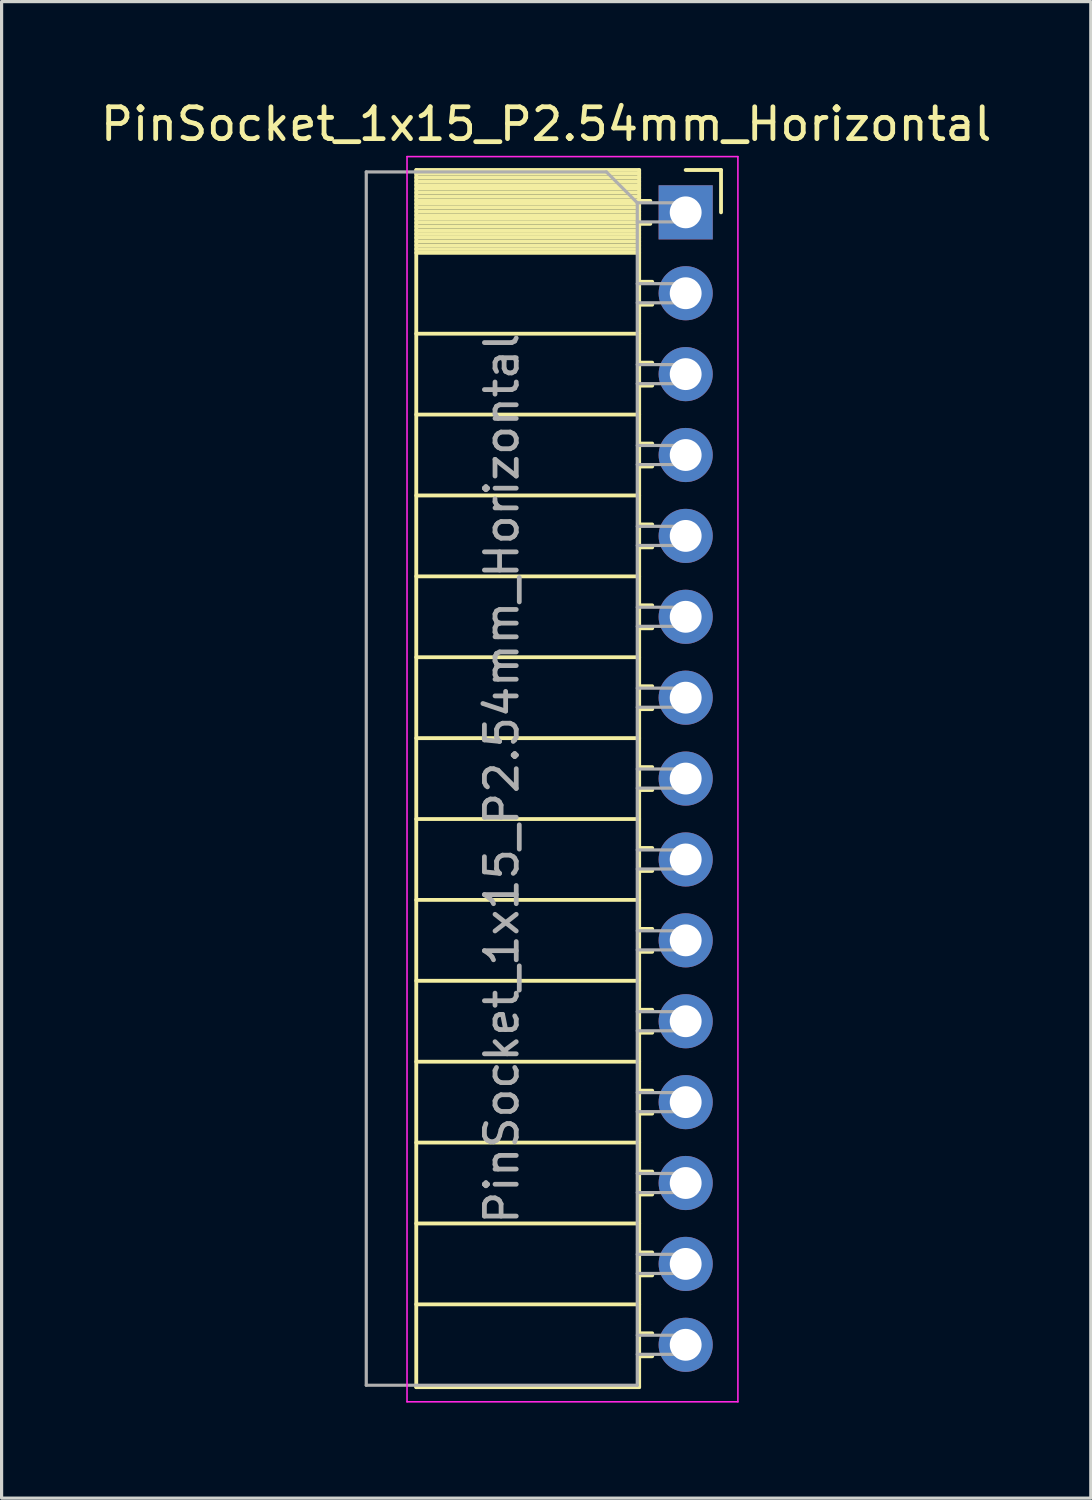
<source format=kicad_pcb>
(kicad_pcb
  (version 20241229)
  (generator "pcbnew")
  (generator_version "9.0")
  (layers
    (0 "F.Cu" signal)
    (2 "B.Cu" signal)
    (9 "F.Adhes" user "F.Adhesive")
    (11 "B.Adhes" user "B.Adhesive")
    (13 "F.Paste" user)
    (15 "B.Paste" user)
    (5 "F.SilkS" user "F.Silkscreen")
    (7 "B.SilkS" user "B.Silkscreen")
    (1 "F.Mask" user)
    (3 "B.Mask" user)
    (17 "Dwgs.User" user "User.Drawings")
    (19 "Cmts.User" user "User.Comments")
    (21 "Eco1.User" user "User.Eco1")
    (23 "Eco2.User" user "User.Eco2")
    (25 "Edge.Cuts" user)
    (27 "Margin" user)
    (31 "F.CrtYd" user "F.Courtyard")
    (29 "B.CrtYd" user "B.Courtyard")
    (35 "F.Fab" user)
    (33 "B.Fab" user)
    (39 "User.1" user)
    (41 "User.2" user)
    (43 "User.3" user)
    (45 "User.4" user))
  (footprint "PinSocket_1x15_P2.54mm_Horizontal"
    (layer "F.Cu")
    (at 18.481 3.618)
    (property "Reference" "PinSocket_1x15_P2.54mm_Horizontal" (at -4.38 -2.77 0) (layer "F.SilkS") (effects (font (size 1 1) (thickness 0.15))))
    (attr through_hole)
    (fp_line (start -8.46 -1.33) (end -8.46 36.89) (stroke (width 0.12) (type solid)) (layer "F.SilkS"))
    (fp_line (start -8.46 -1.33) (end -1.46 -1.33) (stroke (width 0.12) (type solid)) (layer "F.SilkS"))
    (fp_line (start -8.46 -1.21) (end -1.46 -1.21) (stroke (width 0.12) (type solid)) (layer "F.SilkS"))
    (fp_line (start -8.46 -1.092) (end -1.46 -1.092) (stroke (width 0.12) (type solid)) (layer "F.SilkS"))
    (fp_line (start -8.46 -0.974) (end -1.46 -0.974) (stroke (width 0.12) (type solid)) (layer "F.SilkS"))
    (fp_line (start -8.46 -0.856) (end -1.46 -0.856) (stroke (width 0.12) (type solid)) (layer "F.SilkS"))
    (fp_line (start -8.46 -0.738) (end -1.46 -0.738) (stroke (width 0.12) (type solid)) (layer "F.SilkS"))
    (fp_line (start -8.46 -0.62) (end -1.46 -0.62) (stroke (width 0.12) (type solid)) (layer "F.SilkS"))
    (fp_line (start -8.46 -0.501) (end -1.46 -0.501) (stroke (width 0.12) (type solid)) (layer "F.SilkS"))
    (fp_line (start -8.46 -0.383) (end -1.46 -0.383) (stroke (width 0.12) (type solid)) (layer "F.SilkS"))
    (fp_line (start -8.46 -0.265) (end -1.46 -0.265) (stroke (width 0.12) (type solid)) (layer "F.SilkS"))
    (fp_line (start -8.46 -0.147) (end -1.46 -0.147) (stroke (width 0.12) (type solid)) (layer "F.SilkS"))
    (fp_line (start -8.46 -0.029) (end -1.46 -0.029) (stroke (width 0.12) (type solid)) (layer "F.SilkS"))
    (fp_line (start -8.46 0.089) (end -1.46 0.089) (stroke (width 0.12) (type solid)) (layer "F.SilkS"))
    (fp_line (start -8.46 0.207) (end -1.46 0.207) (stroke (width 0.12) (type solid)) (layer "F.SilkS"))
    (fp_line (start -8.46 0.325) (end -1.46 0.325) (stroke (width 0.12) (type solid)) (layer "F.SilkS"))
    (fp_line (start -8.46 0.443) (end -1.46 0.443) (stroke (width 0.12) (type solid)) (layer "F.SilkS"))
    (fp_line (start -8.46 0.561) (end -1.46 0.561) (stroke (width 0.12) (type solid)) (layer "F.SilkS"))
    (fp_line (start -8.46 0.68) (end -1.46 0.68) (stroke (width 0.12) (type solid)) (layer "F.SilkS"))
    (fp_line (start -8.46 0.798) (end -1.46 0.798) (stroke (width 0.12) (type solid)) (layer "F.SilkS"))
    (fp_line (start -8.46 0.916) (end -1.46 0.916) (stroke (width 0.12) (type solid)) (layer "F.SilkS"))
    (fp_line (start -8.46 1.034) (end -1.46 1.034) (stroke (width 0.12) (type solid)) (layer "F.SilkS"))
    (fp_line (start -8.46 1.152) (end -1.46 1.152) (stroke (width 0.12) (type solid)) (layer "F.SilkS"))
    (fp_line (start -8.46 1.27) (end -1.46 1.27) (stroke (width 0.12) (type solid)) (layer "F.SilkS"))
    (fp_line (start -8.46 3.81) (end -1.46 3.81) (stroke (width 0.12) (type solid)) (layer "F.SilkS"))
    (fp_line (start -8.46 6.35) (end -1.46 6.35) (stroke (width 0.12) (type solid)) (layer "F.SilkS"))
    (fp_line (start -8.46 8.89) (end -1.46 8.89) (stroke (width 0.12) (type solid)) (layer "F.SilkS"))
    (fp_line (start -8.46 11.43) (end -1.46 11.43) (stroke (width 0.12) (type solid)) (layer "F.SilkS"))
    (fp_line (start -8.46 13.97) (end -1.46 13.97) (stroke (width 0.12) (type solid)) (layer "F.SilkS"))
    (fp_line (start -8.46 16.51) (end -1.46 16.51) (stroke (width 0.12) (type solid)) (layer "F.SilkS"))
    (fp_line (start -8.46 19.05) (end -1.46 19.05) (stroke (width 0.12) (type solid)) (layer "F.SilkS"))
    (fp_line (start -8.46 21.59) (end -1.46 21.59) (stroke (width 0.12) (type solid)) (layer "F.SilkS"))
    (fp_line (start -8.46 24.13) (end -1.46 24.13) (stroke (width 0.12) (type solid)) (layer "F.SilkS"))
    (fp_line (start -8.46 26.67) (end -1.46 26.67) (stroke (width 0.12) (type solid)) (layer "F.SilkS"))
    (fp_line (start -8.46 29.21) (end -1.46 29.21) (stroke (width 0.12) (type solid)) (layer "F.SilkS"))
    (fp_line (start -8.46 31.75) (end -1.46 31.75) (stroke (width 0.12) (type solid)) (layer "F.SilkS"))
    (fp_line (start -8.46 34.29) (end -1.46 34.29) (stroke (width 0.12) (type solid)) (layer "F.SilkS"))
    (fp_line (start -8.46 36.89) (end -1.46 36.89) (stroke (width 0.12) (type solid)) (layer "F.SilkS"))
    (fp_line (start -1.46 -1.33) (end -1.46 36.89) (stroke (width 0.12) (type solid)) (layer "F.SilkS"))
    (fp_line (start -1.46 -0.36) (end -1.11 -0.36) (stroke (width 0.12) (type solid)) (layer "F.SilkS"))
    (fp_line (start -1.46 0.36) (end -1.11 0.36) (stroke (width 0.12) (type solid)) (layer "F.SilkS"))
    (fp_line (start -1.46 2.18) (end -1.05 2.18) (stroke (width 0.12) (type solid)) (layer "F.SilkS"))
    (fp_line (start -1.46 2.9) (end -1.05 2.9) (stroke (width 0.12) (type solid)) (layer "F.SilkS"))
    (fp_line (start -1.46 4.72) (end -1.05 4.72) (stroke (width 0.12) (type solid)) (layer "F.SilkS"))
    (fp_line (start -1.46 5.44) (end -1.05 5.44) (stroke (width 0.12) (type solid)) (layer "F.SilkS"))
    (fp_line (start -1.46 7.26) (end -1.05 7.26) (stroke (width 0.12) (type solid)) (layer "F.SilkS"))
    (fp_line (start -1.46 7.98) (end -1.05 7.98) (stroke (width 0.12) (type solid)) (layer "F.SilkS"))
    (fp_line (start -1.46 9.8) (end -1.05 9.8) (stroke (width 0.12) (type solid)) (layer "F.SilkS"))
    (fp_line (start -1.46 10.52) (end -1.05 10.52) (stroke (width 0.12) (type solid)) (layer "F.SilkS"))
    (fp_line (start -1.46 12.34) (end -1.05 12.34) (stroke (width 0.12) (type solid)) (layer "F.SilkS"))
    (fp_line (start -1.46 13.06) (end -1.05 13.06) (stroke (width 0.12) (type solid)) (layer "F.SilkS"))
    (fp_line (start -1.46 14.88) (end -1.05 14.88) (stroke (width 0.12) (type solid)) (layer "F.SilkS"))
    (fp_line (start -1.46 15.6) (end -1.05 15.6) (stroke (width 0.12) (type solid)) (layer "F.SilkS"))
    (fp_line (start -1.46 17.42) (end -1.05 17.42) (stroke (width 0.12) (type solid)) (layer "F.SilkS"))
    (fp_line (start -1.46 18.14) (end -1.05 18.14) (stroke (width 0.12) (type solid)) (layer "F.SilkS"))
    (fp_line (start -1.46 19.96) (end -1.05 19.96) (stroke (width 0.12) (type solid)) (layer "F.SilkS"))
    (fp_line (start -1.46 20.68) (end -1.05 20.68) (stroke (width 0.12) (type solid)) (layer "F.SilkS"))
    (fp_line (start -1.46 22.5) (end -1.05 22.5) (stroke (width 0.12) (type solid)) (layer "F.SilkS"))
    (fp_line (start -1.46 23.22) (end -1.05 23.22) (stroke (width 0.12) (type solid)) (layer "F.SilkS"))
    (fp_line (start -1.46 25.04) (end -1.05 25.04) (stroke (width 0.12) (type solid)) (layer "F.SilkS"))
    (fp_line (start -1.46 25.76) (end -1.05 25.76) (stroke (width 0.12) (type solid)) (layer "F.SilkS"))
    (fp_line (start -1.46 27.58) (end -1.05 27.58) (stroke (width 0.12) (type solid)) (layer "F.SilkS"))
    (fp_line (start -1.46 28.3) (end -1.05 28.3) (stroke (width 0.12) (type solid)) (layer "F.SilkS"))
    (fp_line (start -1.46 30.12) (end -1.05 30.12) (stroke (width 0.12) (type solid)) (layer "F.SilkS"))
    (fp_line (start -1.46 30.84) (end -1.05 30.84) (stroke (width 0.12) (type solid)) (layer "F.SilkS"))
    (fp_line (start -1.46 32.66) (end -1.05 32.66) (stroke (width 0.12) (type solid)) (layer "F.SilkS"))
    (fp_line (start -1.46 33.38) (end -1.05 33.38) (stroke (width 0.12) (type solid)) (layer "F.SilkS"))
    (fp_line (start -1.46 35.2) (end -1.05 35.2) (stroke (width 0.12) (type solid)) (layer "F.SilkS"))
    (fp_line (start -1.46 35.92) (end -1.05 35.92) (stroke (width 0.12) (type solid)) (layer "F.SilkS"))
    (fp_line (start 0 -1.33) (end 1.11 -1.33) (stroke (width 0.12) (type solid)) (layer "F.SilkS"))
    (fp_line (start 1.11 -1.33) (end 1.11 0) (stroke (width 0.12) (type solid)) (layer "F.SilkS"))
    (fp_line (start -8.75 -1.75) (end -8.75 37.35) (stroke (width 0.05) (type solid)) (layer "F.CrtYd"))
    (fp_line (start -8.75 37.35) (end 1.64 37.35) (stroke (width 0.05) (type solid)) (layer "F.CrtYd"))
    (fp_line (start 1.64 -1.75) (end -8.75 -1.75) (stroke (width 0.05) (type solid)) (layer "F.CrtYd"))
    (fp_line (start 1.64 37.35) (end 1.64 -1.75) (stroke (width 0.05) (type solid)) (layer "F.CrtYd"))
    (fp_line (start -10.03 -1.27) (end -2.49 -1.27) (stroke (width 0.1) (type solid)) (layer "F.Fab"))
    (fp_line (start -10.03 36.83) (end -10.03 -1.27) (stroke (width 0.1) (type solid)) (layer "F.Fab"))
    (fp_line (start -2.49 -1.27) (end -1.52 -0.3) (stroke (width 0.1) (type solid)) (layer "F.Fab"))
    (fp_line (start -1.52 -0.3) (end -1.52 36.83) (stroke (width 0.1) (type solid)) (layer "F.Fab"))
    (fp_line (start -1.52 0.3) (end 0 0.3) (stroke (width 0.1) (type solid)) (layer "F.Fab"))
    (fp_line (start -1.52 2.84) (end 0 2.84) (stroke (width 0.1) (type solid)) (layer "F.Fab"))
    (fp_line (start -1.52 5.38) (end 0 5.38) (stroke (width 0.1) (type solid)) (layer "F.Fab"))
    (fp_line (start -1.52 7.92) (end 0 7.92) (stroke (width 0.1) (type solid)) (layer "F.Fab"))
    (fp_line (start -1.52 10.46) (end 0 10.46) (stroke (width 0.1) (type solid)) (layer "F.Fab"))
    (fp_line (start -1.52 13) (end 0 13) (stroke (width 0.1) (type solid)) (layer "F.Fab"))
    (fp_line (start -1.52 15.54) (end 0 15.54) (stroke (width 0.1) (type solid)) (layer "F.Fab"))
    (fp_line (start -1.52 18.08) (end 0 18.08) (stroke (width 0.1) (type solid)) (layer "F.Fab"))
    (fp_line (start -1.52 20.62) (end 0 20.62) (stroke (width 0.1) (type solid)) (layer "F.Fab"))
    (fp_line (start -1.52 23.16) (end 0 23.16) (stroke (width 0.1) (type solid)) (layer "F.Fab"))
    (fp_line (start -1.52 25.7) (end 0 25.7) (stroke (width 0.1) (type solid)) (layer "F.Fab"))
    (fp_line (start -1.52 28.24) (end 0 28.24) (stroke (width 0.1) (type solid)) (layer "F.Fab"))
    (fp_line (start -1.52 30.78) (end 0 30.78) (stroke (width 0.1) (type solid)) (layer "F.Fab"))
    (fp_line (start -1.52 33.32) (end 0 33.32) (stroke (width 0.1) (type solid)) (layer "F.Fab"))
    (fp_line (start -1.52 35.86) (end 0 35.86) (stroke (width 0.1) (type solid)) (layer "F.Fab"))
    (fp_line (start -1.52 36.83) (end -10.03 36.83) (stroke (width 0.1) (type solid)) (layer "F.Fab"))
    (fp_line (start 0 -0.3) (end -1.52 -0.3) (stroke (width 0.1) (type solid)) (layer "F.Fab"))
    (fp_line (start 0 0.3) (end 0 -0.3) (stroke (width 0.1) (type solid)) (layer "F.Fab"))
    (fp_line (start 0 2.24) (end -1.52 2.24) (stroke (width 0.1) (type solid)) (layer "F.Fab"))
    (fp_line (start 0 2.84) (end 0 2.24) (stroke (width 0.1) (type solid)) (layer "F.Fab"))
    (fp_line (start 0 4.78) (end -1.52 4.78) (stroke (width 0.1) (type solid)) (layer "F.Fab"))
    (fp_line (start 0 5.38) (end 0 4.78) (stroke (width 0.1) (type solid)) (layer "F.Fab"))
    (fp_line (start 0 7.32) (end -1.52 7.32) (stroke (width 0.1) (type solid)) (layer "F.Fab"))
    (fp_line (start 0 7.92) (end 0 7.32) (stroke (width 0.1) (type solid)) (layer "F.Fab"))
    (fp_line (start 0 9.86) (end -1.52 9.86) (stroke (width 0.1) (type solid)) (layer "F.Fab"))
    (fp_line (start 0 10.46) (end 0 9.86) (stroke (width 0.1) (type solid)) (layer "F.Fab"))
    (fp_line (start 0 12.4) (end -1.52 12.4) (stroke (width 0.1) (type solid)) (layer "F.Fab"))
    (fp_line (start 0 13) (end 0 12.4) (stroke (width 0.1) (type solid)) (layer "F.Fab"))
    (fp_line (start 0 14.94) (end -1.52 14.94) (stroke (width 0.1) (type solid)) (layer "F.Fab"))
    (fp_line (start 0 15.54) (end 0 14.94) (stroke (width 0.1) (type solid)) (layer "F.Fab"))
    (fp_line (start 0 17.48) (end -1.52 17.48) (stroke (width 0.1) (type solid)) (layer "F.Fab"))
    (fp_line (start 0 18.08) (end 0 17.48) (stroke (width 0.1) (type solid)) (layer "F.Fab"))
    (fp_line (start 0 20.02) (end -1.52 20.02) (stroke (width 0.1) (type solid)) (layer "F.Fab"))
    (fp_line (start 0 20.62) (end 0 20.02) (stroke (width 0.1) (type solid)) (layer "F.Fab"))
    (fp_line (start 0 22.56) (end -1.52 22.56) (stroke (width 0.1) (type solid)) (layer "F.Fab"))
    (fp_line (start 0 23.16) (end 0 22.56) (stroke (width 0.1) (type solid)) (layer "F.Fab"))
    (fp_line (start 0 25.1) (end -1.52 25.1) (stroke (width 0.1) (type solid)) (layer "F.Fab"))
    (fp_line (start 0 25.7) (end 0 25.1) (stroke (width 0.1) (type solid)) (layer "F.Fab"))
    (fp_line (start 0 27.64) (end -1.52 27.64) (stroke (width 0.1) (type solid)) (layer "F.Fab"))
    (fp_line (start 0 28.24) (end 0 27.64) (stroke (width 0.1) (type solid)) (layer "F.Fab"))
    (fp_line (start 0 30.18) (end -1.52 30.18) (stroke (width 0.1) (type solid)) (layer "F.Fab"))
    (fp_line (start 0 30.78) (end 0 30.18) (stroke (width 0.1) (type solid)) (layer "F.Fab"))
    (fp_line (start 0 32.72) (end -1.52 32.72) (stroke (width 0.1) (type solid)) (layer "F.Fab"))
    (fp_line (start 0 33.32) (end 0 32.72) (stroke (width 0.1) (type solid)) (layer "F.Fab"))
    (fp_line (start 0 35.26) (end -1.52 35.26) (stroke (width 0.1) (type solid)) (layer "F.Fab"))
    (fp_line (start 0 35.86) (end 0 35.26) (stroke (width 0.1) (type solid)) (layer "F.Fab"))
    (fp_text user "${REFERENCE}" (at -5.775 17.78 90) (layer "F.Fab") (effects (font (size 1 1) (thickness 0.15))))
    (pad "1" thru_hole rect (at 0 0) (size 1.7 1.7) (drill 1) (layers "*.Cu" "*.Mask"))
    (pad "2" thru_hole oval (at 0 2.54) (size 1.7 1.7) (drill 1) (layers "*.Cu" "*.Mask"))
    (pad "3" thru_hole oval (at 0 5.08) (size 1.7 1.7) (drill 1) (layers "*.Cu" "*.Mask"))
    (pad "4" thru_hole oval (at 0 7.62) (size 1.7 1.7) (drill 1) (layers "*.Cu" "*.Mask"))
    (pad "5" thru_hole oval (at 0 10.16) (size 1.7 1.7) (drill 1) (layers "*.Cu" "*.Mask"))
    (pad "6" thru_hole oval (at 0 12.7) (size 1.7 1.7) (drill 1) (layers "*.Cu" "*.Mask"))
    (pad "7" thru_hole oval (at 0 15.24) (size 1.7 1.7) (drill 1) (layers "*.Cu" "*.Mask"))
    (pad "8" thru_hole oval (at 0 17.78) (size 1.7 1.7) (drill 1) (layers "*.Cu" "*.Mask"))
    (pad "9" thru_hole oval (at 0 20.32) (size 1.7 1.7) (drill 1) (layers "*.Cu" "*.Mask"))
    (pad "10" thru_hole oval (at 0 22.86) (size 1.7 1.7) (drill 1) (layers "*.Cu" "*.Mask"))
    (pad "11" thru_hole oval (at 0 25.4) (size 1.7 1.7) (drill 1) (layers "*.Cu" "*.Mask"))
    (pad "12" thru_hole oval (at 0 27.94) (size 1.7 1.7) (drill 1) (layers "*.Cu" "*.Mask"))
    (pad "13" thru_hole oval (at 0 30.48) (size 1.7 1.7) (drill 1) (layers "*.Cu" "*.Mask"))
    (pad "14" thru_hole oval (at 0 33.02) (size 1.7 1.7) (drill 1) (layers "*.Cu" "*.Mask"))
    (pad "15" thru_hole oval (at 0 35.56) (size 1.7 1.7) (drill 1) (layers "*.Cu" "*.Mask")))
  (gr_rect
    (start -3 -3)
    (end 31.202 43.993)
    (stroke (width 0.1) (type default))
    (fill no)
    (layer "Edge.Cuts")))
</source>
